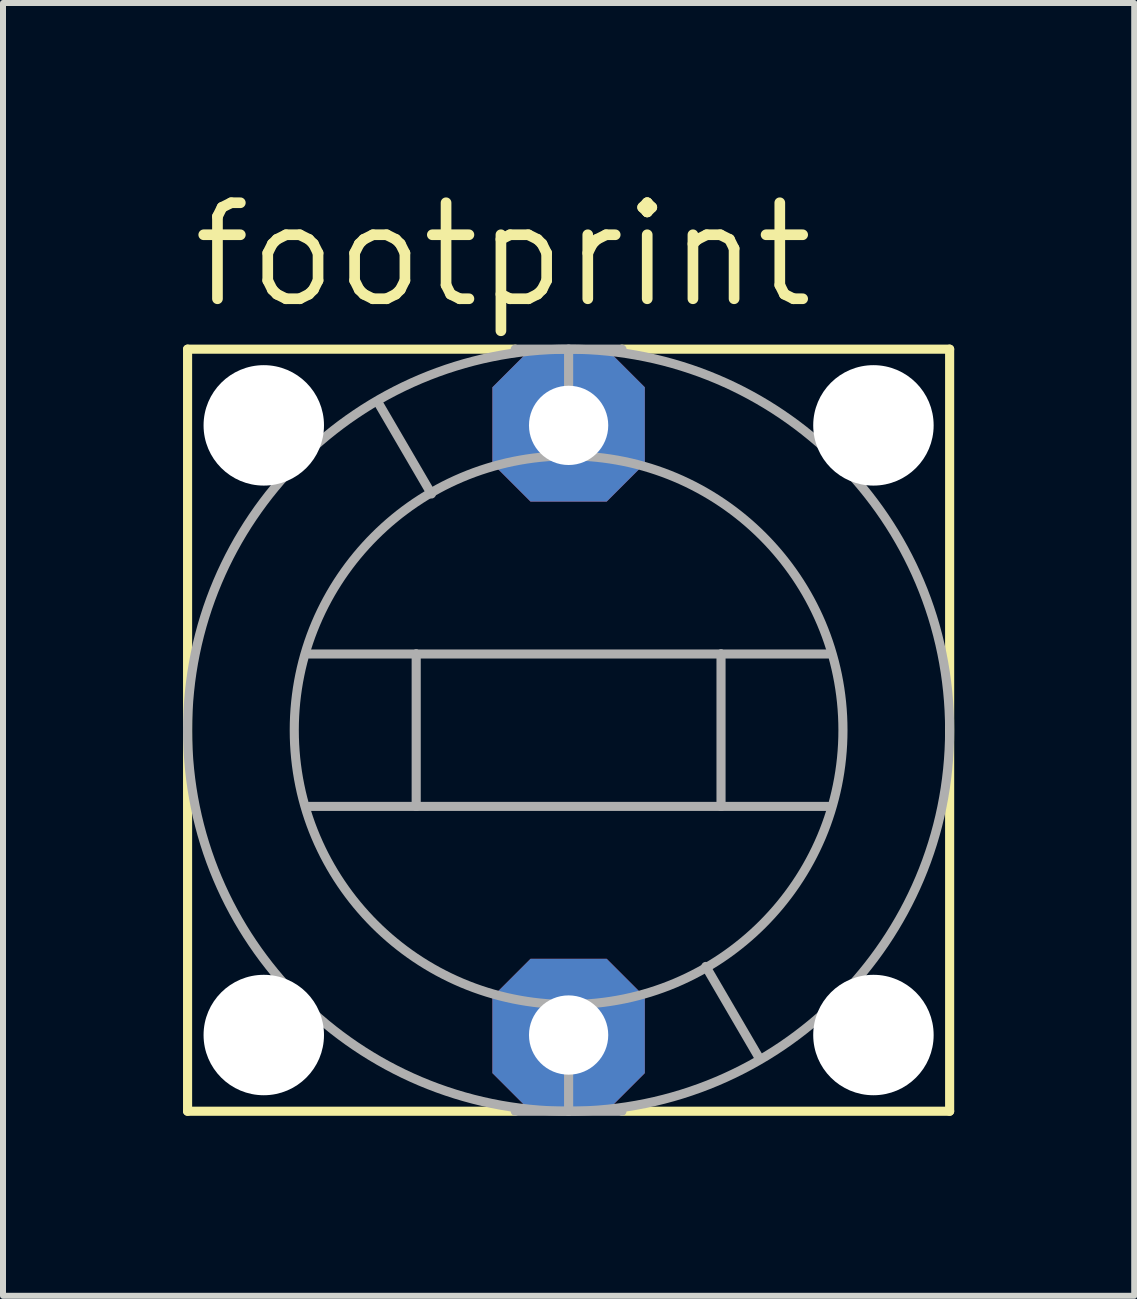
<source format=kicad_pcb>
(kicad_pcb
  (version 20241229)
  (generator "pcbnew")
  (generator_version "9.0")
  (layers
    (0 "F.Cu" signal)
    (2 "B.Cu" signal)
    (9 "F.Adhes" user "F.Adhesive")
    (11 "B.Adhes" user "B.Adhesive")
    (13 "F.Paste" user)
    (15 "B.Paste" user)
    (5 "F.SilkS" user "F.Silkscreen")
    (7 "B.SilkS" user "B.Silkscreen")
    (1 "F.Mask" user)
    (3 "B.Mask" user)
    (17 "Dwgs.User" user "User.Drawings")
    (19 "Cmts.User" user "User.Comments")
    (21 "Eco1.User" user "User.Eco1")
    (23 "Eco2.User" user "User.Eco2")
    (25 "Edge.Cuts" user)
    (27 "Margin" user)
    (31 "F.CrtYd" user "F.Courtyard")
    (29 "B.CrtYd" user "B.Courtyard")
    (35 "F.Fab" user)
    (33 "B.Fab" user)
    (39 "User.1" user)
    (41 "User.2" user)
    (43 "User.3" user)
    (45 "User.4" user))
  (footprint "footprint"
    (layer "F.Cu")
    (at 6.426 9.119)
    (property "Reference" "footprint" (at -6.35 -6.985 0) (layer "F.SilkS") (effects (font (size 1.6 1.6) (thickness 0.178)) (justify left bottom)))
    (fp_line (start -6.35 6.35) (end -6.35 -6.35) (stroke (width 0.152) (type solid)) (layer "F.SilkS"))
    (fp_line (start -0.889 -6.35) (end -6.35 -6.35) (stroke (width 0.152) (type solid)) (layer "F.SilkS"))
    (fp_line (start -0.889 6.35) (end -6.35 6.35) (stroke (width 0.152) (type solid)) (layer "F.SilkS"))
    (fp_line (start 6.35 -6.35) (end 0.889 -6.35) (stroke (width 0.152) (type solid)) (layer "F.SilkS"))
    (fp_line (start 6.35 -6.35) (end 6.35 6.35) (stroke (width 0.152) (type solid)) (layer "F.SilkS"))
    (fp_line (start 6.35 6.35) (end 0.889 6.35) (stroke (width 0.152) (type solid)) (layer "F.SilkS"))
    (fp_line (start -4.318 -1.27) (end -2.54 -1.27) (stroke (width 0.152) (type solid)) (layer "F.Fab"))
    (fp_line (start -4.318 1.27) (end -2.54 1.27) (stroke (width 0.152) (type solid)) (layer "F.Fab"))
    (fp_line (start -3.175 -5.461) (end -2.286 -3.937) (stroke (width 0.152) (type solid)) (layer "F.Fab"))
    (fp_line (start -2.54 -1.27) (end -2.54 1.27) (stroke (width 0.152) (type solid)) (layer "F.Fab"))
    (fp_line (start -2.54 -1.27) (end 2.54 -1.27) (stroke (width 0.152) (type solid)) (layer "F.Fab"))
    (fp_line (start -2.54 1.27) (end 2.54 1.27) (stroke (width 0.152) (type solid)) (layer "F.Fab"))
    (fp_line (start 0 -6.35) (end 0 -4.572) (stroke (width 0.152) (type solid)) (layer "F.Fab"))
    (fp_line (start 0 6.35) (end -0.889 6.35) (stroke (width 0.152) (type solid)) (layer "F.Fab"))
    (fp_line (start 0 6.35) (end 0 4.572) (stroke (width 0.152) (type solid)) (layer "F.Fab"))
    (fp_line (start 0.889 -6.35) (end -0.889 -6.35) (stroke (width 0.152) (type solid)) (layer "F.Fab"))
    (fp_line (start 0.889 6.35) (end 0 6.35) (stroke (width 0.152) (type solid)) (layer "F.Fab"))
    (fp_line (start 2.54 -1.27) (end 2.54 1.27) (stroke (width 0.152) (type solid)) (layer "F.Fab"))
    (fp_line (start 2.54 -1.27) (end 4.318 -1.27) (stroke (width 0.152) (type solid)) (layer "F.Fab"))
    (fp_line (start 2.54 1.27) (end 4.318 1.27) (stroke (width 0.152) (type solid)) (layer "F.Fab"))
    (fp_line (start 3.175 5.461) (end 2.286 3.937) (stroke (width 0.152) (type solid)) (layer "F.Fab"))
    (fp_circle (center 0 0) (end 4.572 0) (stroke (width 0.152) (type solid)) (fill no) (layer "F.Fab"))
    (fp_circle (center 0 0) (end 6.35 0) (stroke (width 0.152) (type solid)) (fill no) (layer "F.Fab"))
    (pad "" np_thru_hole circle (at -5.08 -5.08) (size 2.007 2.007) (drill 2.007) (layers "*.Cu" "*.Mask"))
    (pad "" np_thru_hole circle (at -5.08 5.08) (size 2.007 2.007) (drill 2.007) (layers "*.Cu" "*.Mask"))
    (pad "" np_thru_hole circle (at 5.08 -5.08) (size 2.007 2.007) (drill 2.007) (layers "*.Cu" "*.Mask"))
    (pad "" np_thru_hole circle (at 5.08 5.08) (size 2.007 2.007) (drill 2.007) (layers "*.Cu" "*.Mask"))
    (pad "1" thru_hole roundrect (at 0 -5.08) (size 2.54 2.54) (drill 1.321) (layers "*.Cu" "*.Mask") (roundrect_rratio 0.25) (chamfer_ratio 0.25) (chamfer top_left top_right bottom_left bottom_right))
    (pad "2" thru_hole roundrect (at 0 5.08) (size 2.54 2.54) (drill 1.321) (layers "*.Cu" "*.Mask") (roundrect_rratio 0.25) (chamfer_ratio 0.25) (chamfer top_left top_right bottom_left bottom_right)))
  (gr_rect
    (start -3 -3)
    (end 15.852 18.545)
    (stroke (width 0.1) (type default))
    (fill no)
    (layer "Edge.Cuts")))
</source>
